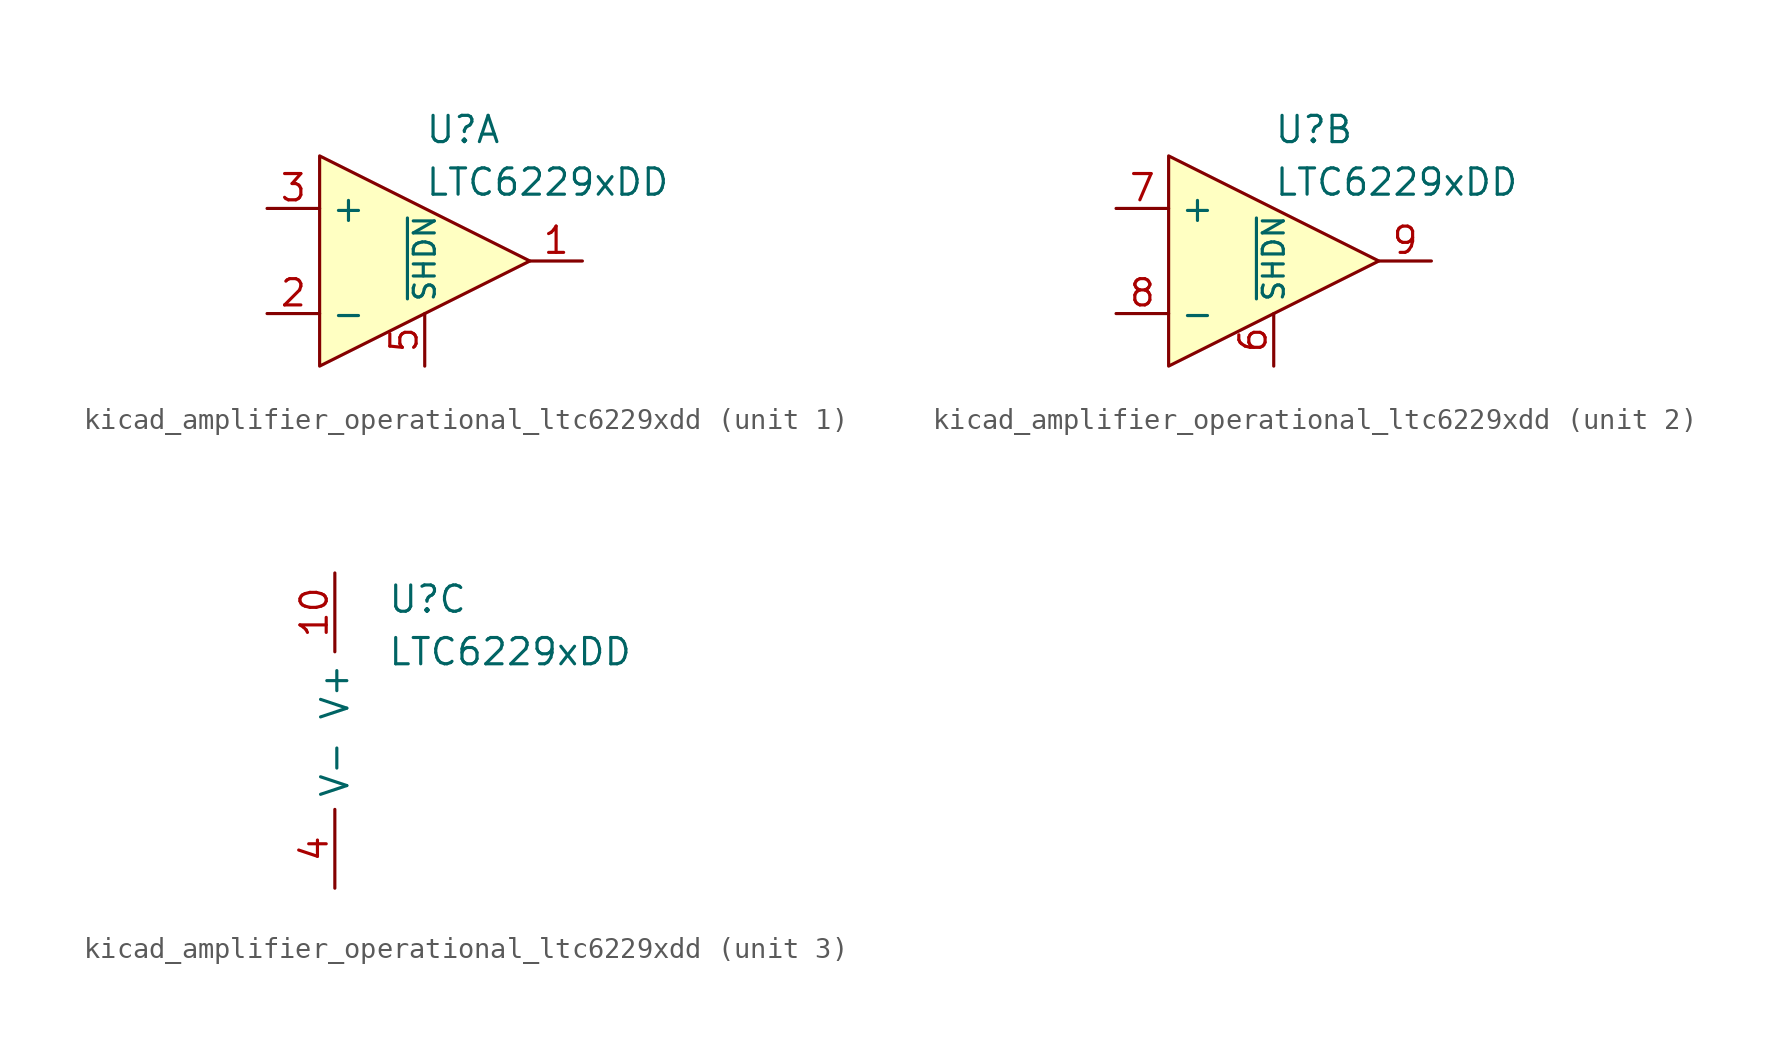
<source format=kicad_sym>
(kicad_symbol_lib
  (version 20220914)
  (generator kicad_symbol_editor)
  (symbol "kicad_amplifier_operational_ltc6229xdd"
    (property "Reference" "U"
      (at 0 6.35 0)
      (effects (font (size 1.27 1.27)) (justify left)))
    (property "Value" "LTC6229xDD"
      (at 0 3.81 0)
      (effects (font (size 1.27 1.27)) (justify left)))
    (symbol "kicad_amplifier_operational_ltc6229xdd_1_1"
      (polyline (pts (xy -5.08 5.08) (xy 5.08 0) (xy -5.08 -5.08) (xy -5.08 5.08)) (stroke (width 0) (type default)) (fill (type background)))
      (pin output line (at 7.62 0 180) (length 2.54) (name "~" (effects (font (size 1.27 1.27)))) (number "1" (effects (font (size 1.27 1.27)))))
      (pin input line (at -7.62 -2.54 0) (length 2.54) (name "-" (effects (font (size 1.27 1.27)))) (number "2" (effects (font (size 1.27 1.27)))))
      (pin input line (at -7.62 2.54 0) (length 2.54) (name "+" (effects (font (size 1.27 1.27)))) (number "3" (effects (font (size 1.27 1.27)))))
      (pin input line (at 0 -5.08 90) (length 2.54) (name "~{SHDN}" (effects (font (size 1.016 1.016)))) (number "5" (effects (font (size 1.27 1.27))))))
    (symbol "kicad_amplifier_operational_ltc6229xdd_2_1"
      (polyline (pts (xy -5.08 5.08) (xy 5.08 0) (xy -5.08 -5.08) (xy -5.08 5.08)) (stroke (width 0) (type default)) (fill (type background)))
      (pin input line (at 0 -5.08 90) (length 2.54) (name "~{SHDN}" (effects (font (size 1.016 1.016)))) (number "6" (effects (font (size 1.27 1.27)))))
      (pin input line (at -7.62 2.54 0) (length 2.54) (name "+" (effects (font (size 1.27 1.27)))) (number "7" (effects (font (size 1.27 1.27)))))
      (pin input line (at -7.62 -2.54 0) (length 2.54) (name "-" (effects (font (size 1.27 1.27)))) (number "8" (effects (font (size 1.27 1.27)))))
      (pin output line (at 7.62 0 180) (length 2.54) (name "~" (effects (font (size 1.27 1.27)))) (number "9" (effects (font (size 1.27 1.27))))))
    (symbol "kicad_amplifier_operational_ltc6229xdd_3_1"
      (pin power_in line (at -2.54 7.62 270) (length 3.81) (name "V+" (effects (font (size 1.27 1.27)))) (number "10" (effects (font (size 1.27 1.27)))))
      (pin passive line (at -2.54 -7.62 90) (length 3.81) hide (name "V-" (effects (font (size 1.27 1.27)))) (number "11" (effects (font (size 1.27 1.27)))))
      (pin power_in line (at -2.54 -7.62 90) (length 3.81) (name "V-" (effects (font (size 1.27 1.27)))) (number "4" (effects (font (size 1.27 1.27))))))))
</source>
